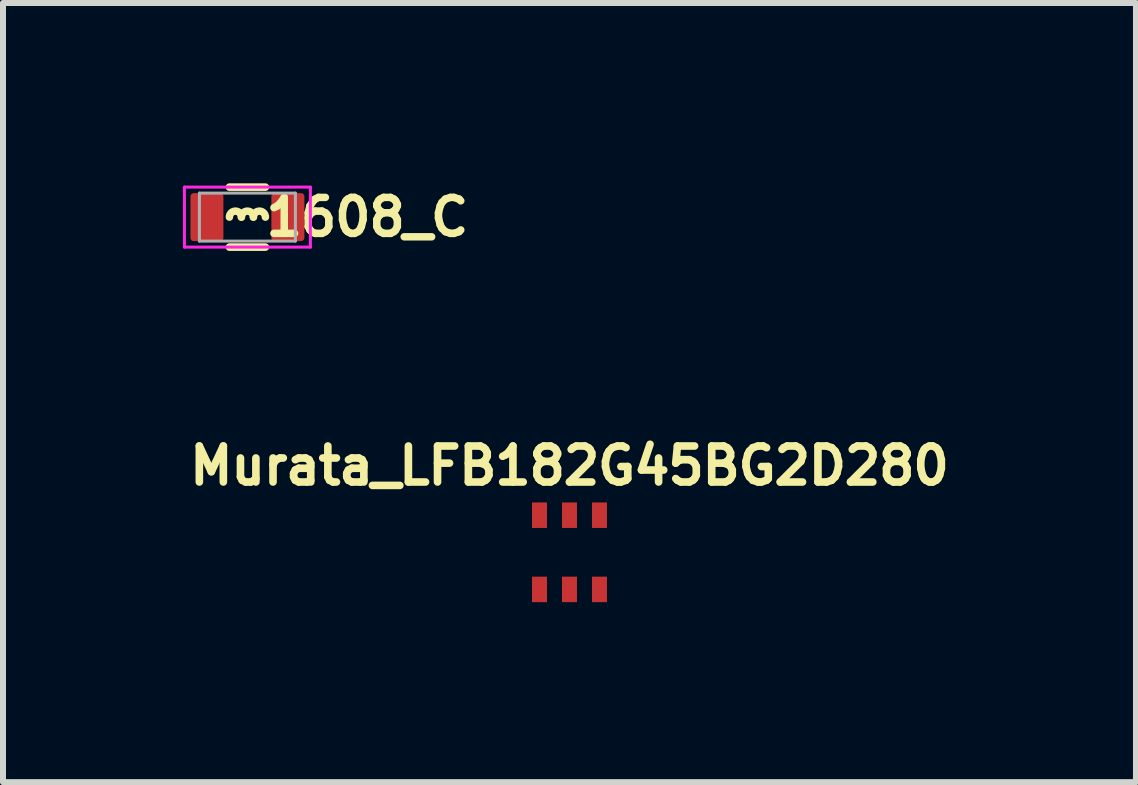
<source format=kicad_pcb>
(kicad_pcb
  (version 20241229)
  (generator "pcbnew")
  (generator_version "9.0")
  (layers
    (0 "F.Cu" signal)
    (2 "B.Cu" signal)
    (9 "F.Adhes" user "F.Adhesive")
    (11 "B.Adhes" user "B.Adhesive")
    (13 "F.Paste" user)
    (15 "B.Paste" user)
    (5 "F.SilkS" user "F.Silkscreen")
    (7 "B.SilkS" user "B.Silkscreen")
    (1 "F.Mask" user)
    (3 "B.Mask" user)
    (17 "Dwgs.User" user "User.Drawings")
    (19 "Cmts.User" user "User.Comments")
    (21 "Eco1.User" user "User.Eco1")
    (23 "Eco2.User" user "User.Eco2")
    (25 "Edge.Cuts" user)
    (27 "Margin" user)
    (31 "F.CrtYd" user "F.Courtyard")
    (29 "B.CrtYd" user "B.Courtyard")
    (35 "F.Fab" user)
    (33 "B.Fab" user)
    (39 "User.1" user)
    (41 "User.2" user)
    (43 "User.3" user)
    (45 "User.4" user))
  (footprint "1608_C"
    (layer "F.Cu")
    (at 1.075 0.57)
    (property "Reference" "1608_C" (at 2 0 0) (layer "F.SilkS") (effects (font (size 0.6 0.6) (thickness 0.125))))
    (attr smd)
    (fp_line (start -0.3 -0.5) (end 0.3 -0.5) (stroke (width 0.127) (type solid)) (layer "F.SilkS"))
    (fp_line (start -0.3 0.5) (end 0.3 0.5) (stroke (width 0.127) (type solid)) (layer "F.SilkS"))
    (fp_arc (start -0.3 0) (mid -0.2 -0.1) (end -0.1 0) (stroke (width 0.125) (type solid)) (layer "F.SilkS"))
    (fp_arc (start -0.1 0) (mid 0 -0.1) (end 0.1 0) (stroke (width 0.125) (type solid)) (layer "F.SilkS"))
    (fp_arc (start 0.1 0) (mid 0.2 -0.1) (end 0.3 0) (stroke (width 0.125) (type solid)) (layer "F.SilkS"))
    (fp_line (start -1.05 -0.5) (end 1.05 -0.5) (stroke (width 0.05) (type solid)) (layer "F.CrtYd"))
    (fp_line (start -1.05 0.5) (end -1.05 -0.5) (stroke (width 0.05) (type solid)) (layer "F.CrtYd"))
    (fp_line (start 1.05 -0.5) (end 1.05 0.5) (stroke (width 0.05) (type solid)) (layer "F.CrtYd"))
    (fp_line (start 1.05 0.5) (end -1.05 0.5) (stroke (width 0.05) (type solid)) (layer "F.CrtYd"))
    (fp_line (start -0.8 -0.4) (end 0.8 -0.4) (stroke (width 0.05) (type solid)) (layer "F.Fab"))
    (fp_line (start -0.8 0.4) (end -0.8 -0.4) (stroke (width 0.05) (type solid)) (layer "F.Fab"))
    (fp_line (start 0.8 -0.4) (end 0.8 0.4) (stroke (width 0.05) (type solid)) (layer "F.Fab"))
    (fp_line (start 0.8 0.4) (end -0.8 0.4) (stroke (width 0.05) (type solid)) (layer "F.Fab"))
    (pad "1" smd roundrect (at -0.675 0) (size 0.55 0.8) (layers "F.Cu" "F.Mask" "F.Paste") (roundrect_rratio 0.1))
    (pad "2" smd roundrect (at 0.675 0) (size 0.55 0.8) (layers "F.Cu" "F.Mask" "F.Paste") (roundrect_rratio 0.1)))
  (footprint "Murata_LFB182G45BG2D280"
    (layer "F.Cu")
    (at 6.445 6.365)
    (property "Reference" "Murata_LFB182G45BG2D280" (at 0 -1.65 0) (layer "F.SilkS") (effects (font (size 0.6 0.6) (thickness 0.127))))
    (attr smd)
    (pad "1" smd rect (at 0.5 -0.825) (size 0.25 0.425) (layers "F.Cu" "F.Mask" "F.Paste"))
    (pad "2" smd rect (at 0 -0.825) (size 0.25 0.425) (layers "F.Cu" "F.Mask" "F.Paste"))
    (pad "3" smd rect (at -0.5 -0.825) (size 0.25 0.425) (layers "F.Cu" "F.Mask" "F.Paste"))
    (pad "4" smd rect (at -0.5 0.412) (size 0.25 0.425) (layers "F.Cu" "F.Mask" "F.Paste"))
    (pad "5" smd rect (at 0 0.412) (size 0.25 0.425) (layers "F.Cu" "F.Mask" "F.Paste"))
    (pad "6" smd rect (at 0.5 0.412) (size 0.25 0.425) (layers "F.Cu" "F.Mask" "F.Paste")))
  (gr_rect
    (start -3 -3)
    (end 15.89 9.99)
    (stroke (width 0.1) (type default))
    (fill no)
    (layer "Edge.Cuts")))
</source>
